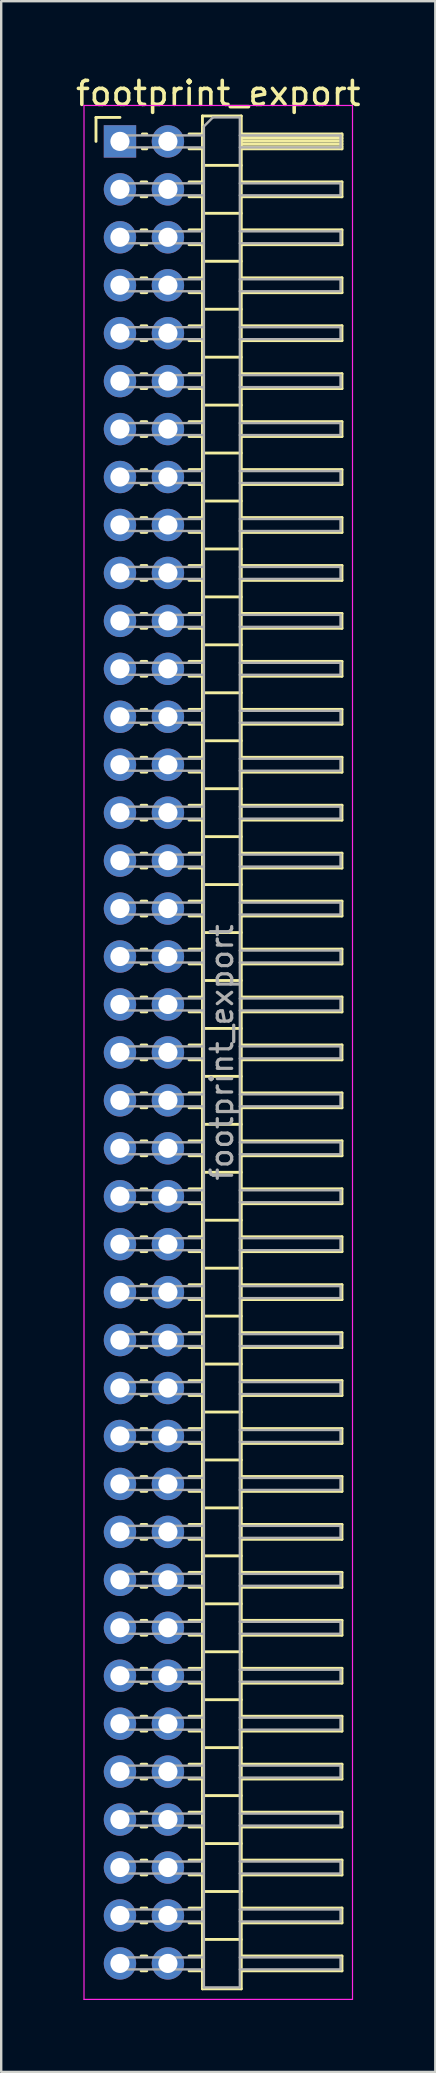
<source format=kicad_pcb>
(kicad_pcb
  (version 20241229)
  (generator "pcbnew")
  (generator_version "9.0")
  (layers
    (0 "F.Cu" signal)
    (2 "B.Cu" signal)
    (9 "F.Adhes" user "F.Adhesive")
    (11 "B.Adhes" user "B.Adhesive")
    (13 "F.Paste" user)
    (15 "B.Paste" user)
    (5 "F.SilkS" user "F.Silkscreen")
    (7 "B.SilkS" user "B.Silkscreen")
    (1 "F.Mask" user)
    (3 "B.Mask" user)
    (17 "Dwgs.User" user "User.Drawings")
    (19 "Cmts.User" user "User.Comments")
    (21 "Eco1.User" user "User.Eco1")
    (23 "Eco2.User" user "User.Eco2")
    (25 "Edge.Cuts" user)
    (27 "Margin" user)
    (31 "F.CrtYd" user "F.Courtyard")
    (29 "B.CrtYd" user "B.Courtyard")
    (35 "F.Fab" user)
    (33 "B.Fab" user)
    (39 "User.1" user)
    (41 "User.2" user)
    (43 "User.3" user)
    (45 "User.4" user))
  (footprint "footprint_export"
    (layer "F.Cu")
    (at 1.954 2.848)
    (property "Reference" "footprint_export" (at 4.1 -2 0) (layer "F.SilkS") (effects (font (size 1 1) (thickness 0.15))))
    (attr through_hole)
    (fp_line (start -1 -1) (end 0 -1) (stroke (width 0.12) (type solid)) (layer "F.SilkS"))
    (fp_line (start -1 0) (end -1 -1) (stroke (width 0.12) (type solid)) (layer "F.SilkS"))
    (fp_line (start 0.882 1.69) (end 1.118 1.69) (stroke (width 0.12) (type solid)) (layer "F.SilkS"))
    (fp_line (start 0.882 2.31) (end 1.118 2.31) (stroke (width 0.12) (type solid)) (layer "F.SilkS"))
    (fp_line (start 0.882 3.69) (end 1.118 3.69) (stroke (width 0.12) (type solid)) (layer "F.SilkS"))
    (fp_line (start 0.882 4.31) (end 1.118 4.31) (stroke (width 0.12) (type solid)) (layer "F.SilkS"))
    (fp_line (start 0.882 5.69) (end 1.118 5.69) (stroke (width 0.12) (type solid)) (layer "F.SilkS"))
    (fp_line (start 0.882 6.31) (end 1.118 6.31) (stroke (width 0.12) (type solid)) (layer "F.SilkS"))
    (fp_line (start 0.882 7.69) (end 1.118 7.69) (stroke (width 0.12) (type solid)) (layer "F.SilkS"))
    (fp_line (start 0.882 8.31) (end 1.118 8.31) (stroke (width 0.12) (type solid)) (layer "F.SilkS"))
    (fp_line (start 0.882 9.69) (end 1.118 9.69) (stroke (width 0.12) (type solid)) (layer "F.SilkS"))
    (fp_line (start 0.882 10.31) (end 1.118 10.31) (stroke (width 0.12) (type solid)) (layer "F.SilkS"))
    (fp_line (start 0.882 11.69) (end 1.118 11.69) (stroke (width 0.12) (type solid)) (layer "F.SilkS"))
    (fp_line (start 0.882 12.31) (end 1.118 12.31) (stroke (width 0.12) (type solid)) (layer "F.SilkS"))
    (fp_line (start 0.882 13.69) (end 1.118 13.69) (stroke (width 0.12) (type solid)) (layer "F.SilkS"))
    (fp_line (start 0.882 14.31) (end 1.118 14.31) (stroke (width 0.12) (type solid)) (layer "F.SilkS"))
    (fp_line (start 0.882 15.69) (end 1.118 15.69) (stroke (width 0.12) (type solid)) (layer "F.SilkS"))
    (fp_line (start 0.882 16.31) (end 1.118 16.31) (stroke (width 0.12) (type solid)) (layer "F.SilkS"))
    (fp_line (start 0.882 17.69) (end 1.118 17.69) (stroke (width 0.12) (type solid)) (layer "F.SilkS"))
    (fp_line (start 0.882 18.31) (end 1.118 18.31) (stroke (width 0.12) (type solid)) (layer "F.SilkS"))
    (fp_line (start 0.882 19.69) (end 1.118 19.69) (stroke (width 0.12) (type solid)) (layer "F.SilkS"))
    (fp_line (start 0.882 20.31) (end 1.118 20.31) (stroke (width 0.12) (type solid)) (layer "F.SilkS"))
    (fp_line (start 0.882 21.69) (end 1.118 21.69) (stroke (width 0.12) (type solid)) (layer "F.SilkS"))
    (fp_line (start 0.882 22.31) (end 1.118 22.31) (stroke (width 0.12) (type solid)) (layer "F.SilkS"))
    (fp_line (start 0.882 23.69) (end 1.118 23.69) (stroke (width 0.12) (type solid)) (layer "F.SilkS"))
    (fp_line (start 0.882 24.31) (end 1.118 24.31) (stroke (width 0.12) (type solid)) (layer "F.SilkS"))
    (fp_line (start 0.882 25.69) (end 1.118 25.69) (stroke (width 0.12) (type solid)) (layer "F.SilkS"))
    (fp_line (start 0.882 26.31) (end 1.118 26.31) (stroke (width 0.12) (type solid)) (layer "F.SilkS"))
    (fp_line (start 0.882 27.69) (end 1.118 27.69) (stroke (width 0.12) (type solid)) (layer "F.SilkS"))
    (fp_line (start 0.882 28.31) (end 1.118 28.31) (stroke (width 0.12) (type solid)) (layer "F.SilkS"))
    (fp_line (start 0.882 29.69) (end 1.118 29.69) (stroke (width 0.12) (type solid)) (layer "F.SilkS"))
    (fp_line (start 0.882 30.31) (end 1.118 30.31) (stroke (width 0.12) (type solid)) (layer "F.SilkS"))
    (fp_line (start 0.882 31.69) (end 1.118 31.69) (stroke (width 0.12) (type solid)) (layer "F.SilkS"))
    (fp_line (start 0.882 32.31) (end 1.118 32.31) (stroke (width 0.12) (type solid)) (layer "F.SilkS"))
    (fp_line (start 0.882 33.69) (end 1.118 33.69) (stroke (width 0.12) (type solid)) (layer "F.SilkS"))
    (fp_line (start 0.882 34.31) (end 1.118 34.31) (stroke (width 0.12) (type solid)) (layer "F.SilkS"))
    (fp_line (start 0.882 35.69) (end 1.118 35.69) (stroke (width 0.12) (type solid)) (layer "F.SilkS"))
    (fp_line (start 0.882 36.31) (end 1.118 36.31) (stroke (width 0.12) (type solid)) (layer "F.SilkS"))
    (fp_line (start 0.882 37.69) (end 1.118 37.69) (stroke (width 0.12) (type solid)) (layer "F.SilkS"))
    (fp_line (start 0.882 38.31) (end 1.118 38.31) (stroke (width 0.12) (type solid)) (layer "F.SilkS"))
    (fp_line (start 0.882 39.69) (end 1.118 39.69) (stroke (width 0.12) (type solid)) (layer "F.SilkS"))
    (fp_line (start 0.882 40.31) (end 1.118 40.31) (stroke (width 0.12) (type solid)) (layer "F.SilkS"))
    (fp_line (start 0.882 41.69) (end 1.118 41.69) (stroke (width 0.12) (type solid)) (layer "F.SilkS"))
    (fp_line (start 0.882 42.31) (end 1.118 42.31) (stroke (width 0.12) (type solid)) (layer "F.SilkS"))
    (fp_line (start 0.882 43.69) (end 1.118 43.69) (stroke (width 0.12) (type solid)) (layer "F.SilkS"))
    (fp_line (start 0.882 44.31) (end 1.118 44.31) (stroke (width 0.12) (type solid)) (layer "F.SilkS"))
    (fp_line (start 0.882 45.69) (end 1.118 45.69) (stroke (width 0.12) (type solid)) (layer "F.SilkS"))
    (fp_line (start 0.882 46.31) (end 1.118 46.31) (stroke (width 0.12) (type solid)) (layer "F.SilkS"))
    (fp_line (start 0.882 47.69) (end 1.118 47.69) (stroke (width 0.12) (type solid)) (layer "F.SilkS"))
    (fp_line (start 0.882 48.31) (end 1.118 48.31) (stroke (width 0.12) (type solid)) (layer "F.SilkS"))
    (fp_line (start 0.882 49.69) (end 1.118 49.69) (stroke (width 0.12) (type solid)) (layer "F.SilkS"))
    (fp_line (start 0.882 50.31) (end 1.118 50.31) (stroke (width 0.12) (type solid)) (layer "F.SilkS"))
    (fp_line (start 0.882 51.69) (end 1.118 51.69) (stroke (width 0.12) (type solid)) (layer "F.SilkS"))
    (fp_line (start 0.882 52.31) (end 1.118 52.31) (stroke (width 0.12) (type solid)) (layer "F.SilkS"))
    (fp_line (start 0.882 53.69) (end 1.118 53.69) (stroke (width 0.12) (type solid)) (layer "F.SilkS"))
    (fp_line (start 0.882 54.31) (end 1.118 54.31) (stroke (width 0.12) (type solid)) (layer "F.SilkS"))
    (fp_line (start 0.882 55.69) (end 1.118 55.69) (stroke (width 0.12) (type solid)) (layer "F.SilkS"))
    (fp_line (start 0.882 56.31) (end 1.118 56.31) (stroke (width 0.12) (type solid)) (layer "F.SilkS"))
    (fp_line (start 0.882 57.69) (end 1.118 57.69) (stroke (width 0.12) (type solid)) (layer "F.SilkS"))
    (fp_line (start 0.882 58.31) (end 1.118 58.31) (stroke (width 0.12) (type solid)) (layer "F.SilkS"))
    (fp_line (start 0.882 59.69) (end 1.118 59.69) (stroke (width 0.12) (type solid)) (layer "F.SilkS"))
    (fp_line (start 0.882 60.31) (end 1.118 60.31) (stroke (width 0.12) (type solid)) (layer "F.SilkS"))
    (fp_line (start 0.882 61.69) (end 1.118 61.69) (stroke (width 0.12) (type solid)) (layer "F.SilkS"))
    (fp_line (start 0.882 62.31) (end 1.118 62.31) (stroke (width 0.12) (type solid)) (layer "F.SilkS"))
    (fp_line (start 0.882 63.69) (end 1.118 63.69) (stroke (width 0.12) (type solid)) (layer "F.SilkS"))
    (fp_line (start 0.882 64.31) (end 1.118 64.31) (stroke (width 0.12) (type solid)) (layer "F.SilkS"))
    (fp_line (start 0.882 65.69) (end 1.118 65.69) (stroke (width 0.12) (type solid)) (layer "F.SilkS"))
    (fp_line (start 0.882 66.31) (end 1.118 66.31) (stroke (width 0.12) (type solid)) (layer "F.SilkS"))
    (fp_line (start 0.882 67.69) (end 1.118 67.69) (stroke (width 0.12) (type solid)) (layer "F.SilkS"))
    (fp_line (start 0.882 68.31) (end 1.118 68.31) (stroke (width 0.12) (type solid)) (layer "F.SilkS"))
    (fp_line (start 0.882 69.69) (end 1.118 69.69) (stroke (width 0.12) (type solid)) (layer "F.SilkS"))
    (fp_line (start 0.882 70.31) (end 1.118 70.31) (stroke (width 0.12) (type solid)) (layer "F.SilkS"))
    (fp_line (start 0.882 71.69) (end 1.118 71.69) (stroke (width 0.12) (type solid)) (layer "F.SilkS"))
    (fp_line (start 0.882 72.31) (end 1.118 72.31) (stroke (width 0.12) (type solid)) (layer "F.SilkS"))
    (fp_line (start 0.882 73.69) (end 1.118 73.69) (stroke (width 0.12) (type solid)) (layer "F.SilkS"))
    (fp_line (start 0.882 74.31) (end 1.118 74.31) (stroke (width 0.12) (type solid)) (layer "F.SilkS"))
    (fp_line (start 0.882 75.69) (end 1.118 75.69) (stroke (width 0.12) (type solid)) (layer "F.SilkS"))
    (fp_line (start 0.882 76.31) (end 1.118 76.31) (stroke (width 0.12) (type solid)) (layer "F.SilkS"))
    (fp_line (start 0.935 -0.31) (end 1.118 -0.31) (stroke (width 0.12) (type solid)) (layer "F.SilkS"))
    (fp_line (start 0.935 0.31) (end 1.118 0.31) (stroke (width 0.12) (type solid)) (layer "F.SilkS"))
    (fp_line (start 2.882 -0.31) (end 3.44 -0.31) (stroke (width 0.12) (type solid)) (layer "F.SilkS"))
    (fp_line (start 2.882 0.31) (end 3.44 0.31) (stroke (width 0.12) (type solid)) (layer "F.SilkS"))
    (fp_line (start 2.882 1.69) (end 3.44 1.69) (stroke (width 0.12) (type solid)) (layer "F.SilkS"))
    (fp_line (start 2.882 2.31) (end 3.44 2.31) (stroke (width 0.12) (type solid)) (layer "F.SilkS"))
    (fp_line (start 2.882 3.69) (end 3.44 3.69) (stroke (width 0.12) (type solid)) (layer "F.SilkS"))
    (fp_line (start 2.882 4.31) (end 3.44 4.31) (stroke (width 0.12) (type solid)) (layer "F.SilkS"))
    (fp_line (start 2.882 5.69) (end 3.44 5.69) (stroke (width 0.12) (type solid)) (layer "F.SilkS"))
    (fp_line (start 2.882 6.31) (end 3.44 6.31) (stroke (width 0.12) (type solid)) (layer "F.SilkS"))
    (fp_line (start 2.882 7.69) (end 3.44 7.69) (stroke (width 0.12) (type solid)) (layer "F.SilkS"))
    (fp_line (start 2.882 8.31) (end 3.44 8.31) (stroke (width 0.12) (type solid)) (layer "F.SilkS"))
    (fp_line (start 2.882 9.69) (end 3.44 9.69) (stroke (width 0.12) (type solid)) (layer "F.SilkS"))
    (fp_line (start 2.882 10.31) (end 3.44 10.31) (stroke (width 0.12) (type solid)) (layer "F.SilkS"))
    (fp_line (start 2.882 11.69) (end 3.44 11.69) (stroke (width 0.12) (type solid)) (layer "F.SilkS"))
    (fp_line (start 2.882 12.31) (end 3.44 12.31) (stroke (width 0.12) (type solid)) (layer "F.SilkS"))
    (fp_line (start 2.882 13.69) (end 3.44 13.69) (stroke (width 0.12) (type solid)) (layer "F.SilkS"))
    (fp_line (start 2.882 14.31) (end 3.44 14.31) (stroke (width 0.12) (type solid)) (layer "F.SilkS"))
    (fp_line (start 2.882 15.69) (end 3.44 15.69) (stroke (width 0.12) (type solid)) (layer "F.SilkS"))
    (fp_line (start 2.882 16.31) (end 3.44 16.31) (stroke (width 0.12) (type solid)) (layer "F.SilkS"))
    (fp_line (start 2.882 17.69) (end 3.44 17.69) (stroke (width 0.12) (type solid)) (layer "F.SilkS"))
    (fp_line (start 2.882 18.31) (end 3.44 18.31) (stroke (width 0.12) (type solid)) (layer "F.SilkS"))
    (fp_line (start 2.882 19.69) (end 3.44 19.69) (stroke (width 0.12) (type solid)) (layer "F.SilkS"))
    (fp_line (start 2.882 20.31) (end 3.44 20.31) (stroke (width 0.12) (type solid)) (layer "F.SilkS"))
    (fp_line (start 2.882 21.69) (end 3.44 21.69) (stroke (width 0.12) (type solid)) (layer "F.SilkS"))
    (fp_line (start 2.882 22.31) (end 3.44 22.31) (stroke (width 0.12) (type solid)) (layer "F.SilkS"))
    (fp_line (start 2.882 23.69) (end 3.44 23.69) (stroke (width 0.12) (type solid)) (layer "F.SilkS"))
    (fp_line (start 2.882 24.31) (end 3.44 24.31) (stroke (width 0.12) (type solid)) (layer "F.SilkS"))
    (fp_line (start 2.882 25.69) (end 3.44 25.69) (stroke (width 0.12) (type solid)) (layer "F.SilkS"))
    (fp_line (start 2.882 26.31) (end 3.44 26.31) (stroke (width 0.12) (type solid)) (layer "F.SilkS"))
    (fp_line (start 2.882 27.69) (end 3.44 27.69) (stroke (width 0.12) (type solid)) (layer "F.SilkS"))
    (fp_line (start 2.882 28.31) (end 3.44 28.31) (stroke (width 0.12) (type solid)) (layer "F.SilkS"))
    (fp_line (start 2.882 29.69) (end 3.44 29.69) (stroke (width 0.12) (type solid)) (layer "F.SilkS"))
    (fp_line (start 2.882 30.31) (end 3.44 30.31) (stroke (width 0.12) (type solid)) (layer "F.SilkS"))
    (fp_line (start 2.882 31.69) (end 3.44 31.69) (stroke (width 0.12) (type solid)) (layer "F.SilkS"))
    (fp_line (start 2.882 32.31) (end 3.44 32.31) (stroke (width 0.12) (type solid)) (layer "F.SilkS"))
    (fp_line (start 2.882 33.69) (end 3.44 33.69) (stroke (width 0.12) (type solid)) (layer "F.SilkS"))
    (fp_line (start 2.882 34.31) (end 3.44 34.31) (stroke (width 0.12) (type solid)) (layer "F.SilkS"))
    (fp_line (start 2.882 35.69) (end 3.44 35.69) (stroke (width 0.12) (type solid)) (layer "F.SilkS"))
    (fp_line (start 2.882 36.31) (end 3.44 36.31) (stroke (width 0.12) (type solid)) (layer "F.SilkS"))
    (fp_line (start 2.882 37.69) (end 3.44 37.69) (stroke (width 0.12) (type solid)) (layer "F.SilkS"))
    (fp_line (start 2.882 38.31) (end 3.44 38.31) (stroke (width 0.12) (type solid)) (layer "F.SilkS"))
    (fp_line (start 2.882 39.69) (end 3.44 39.69) (stroke (width 0.12) (type solid)) (layer "F.SilkS"))
    (fp_line (start 2.882 40.31) (end 3.44 40.31) (stroke (width 0.12) (type solid)) (layer "F.SilkS"))
    (fp_line (start 2.882 41.69) (end 3.44 41.69) (stroke (width 0.12) (type solid)) (layer "F.SilkS"))
    (fp_line (start 2.882 42.31) (end 3.44 42.31) (stroke (width 0.12) (type solid)) (layer "F.SilkS"))
    (fp_line (start 2.882 43.69) (end 3.44 43.69) (stroke (width 0.12) (type solid)) (layer "F.SilkS"))
    (fp_line (start 2.882 44.31) (end 3.44 44.31) (stroke (width 0.12) (type solid)) (layer "F.SilkS"))
    (fp_line (start 2.882 45.69) (end 3.44 45.69) (stroke (width 0.12) (type solid)) (layer "F.SilkS"))
    (fp_line (start 2.882 46.31) (end 3.44 46.31) (stroke (width 0.12) (type solid)) (layer "F.SilkS"))
    (fp_line (start 2.882 47.69) (end 3.44 47.69) (stroke (width 0.12) (type solid)) (layer "F.SilkS"))
    (fp_line (start 2.882 48.31) (end 3.44 48.31) (stroke (width 0.12) (type solid)) (layer "F.SilkS"))
    (fp_line (start 2.882 49.69) (end 3.44 49.69) (stroke (width 0.12) (type solid)) (layer "F.SilkS"))
    (fp_line (start 2.882 50.31) (end 3.44 50.31) (stroke (width 0.12) (type solid)) (layer "F.SilkS"))
    (fp_line (start 2.882 51.69) (end 3.44 51.69) (stroke (width 0.12) (type solid)) (layer "F.SilkS"))
    (fp_line (start 2.882 52.31) (end 3.44 52.31) (stroke (width 0.12) (type solid)) (layer "F.SilkS"))
    (fp_line (start 2.882 53.69) (end 3.44 53.69) (stroke (width 0.12) (type solid)) (layer "F.SilkS"))
    (fp_line (start 2.882 54.31) (end 3.44 54.31) (stroke (width 0.12) (type solid)) (layer "F.SilkS"))
    (fp_line (start 2.882 55.69) (end 3.44 55.69) (stroke (width 0.12) (type solid)) (layer "F.SilkS"))
    (fp_line (start 2.882 56.31) (end 3.44 56.31) (stroke (width 0.12) (type solid)) (layer "F.SilkS"))
    (fp_line (start 2.882 57.69) (end 3.44 57.69) (stroke (width 0.12) (type solid)) (layer "F.SilkS"))
    (fp_line (start 2.882 58.31) (end 3.44 58.31) (stroke (width 0.12) (type solid)) (layer "F.SilkS"))
    (fp_line (start 2.882 59.69) (end 3.44 59.69) (stroke (width 0.12) (type solid)) (layer "F.SilkS"))
    (fp_line (start 2.882 60.31) (end 3.44 60.31) (stroke (width 0.12) (type solid)) (layer "F.SilkS"))
    (fp_line (start 2.882 61.69) (end 3.44 61.69) (stroke (width 0.12) (type solid)) (layer "F.SilkS"))
    (fp_line (start 2.882 62.31) (end 3.44 62.31) (stroke (width 0.12) (type solid)) (layer "F.SilkS"))
    (fp_line (start 2.882 63.69) (end 3.44 63.69) (stroke (width 0.12) (type solid)) (layer "F.SilkS"))
    (fp_line (start 2.882 64.31) (end 3.44 64.31) (stroke (width 0.12) (type solid)) (layer "F.SilkS"))
    (fp_line (start 2.882 65.69) (end 3.44 65.69) (stroke (width 0.12) (type solid)) (layer "F.SilkS"))
    (fp_line (start 2.882 66.31) (end 3.44 66.31) (stroke (width 0.12) (type solid)) (layer "F.SilkS"))
    (fp_line (start 2.882 67.69) (end 3.44 67.69) (stroke (width 0.12) (type solid)) (layer "F.SilkS"))
    (fp_line (start 2.882 68.31) (end 3.44 68.31) (stroke (width 0.12) (type solid)) (layer "F.SilkS"))
    (fp_line (start 2.882 69.69) (end 3.44 69.69) (stroke (width 0.12) (type solid)) (layer "F.SilkS"))
    (fp_line (start 2.882 70.31) (end 3.44 70.31) (stroke (width 0.12) (type solid)) (layer "F.SilkS"))
    (fp_line (start 2.882 71.69) (end 3.44 71.69) (stroke (width 0.12) (type solid)) (layer "F.SilkS"))
    (fp_line (start 2.882 72.31) (end 3.44 72.31) (stroke (width 0.12) (type solid)) (layer "F.SilkS"))
    (fp_line (start 2.882 73.69) (end 3.44 73.69) (stroke (width 0.12) (type solid)) (layer "F.SilkS"))
    (fp_line (start 2.882 74.31) (end 3.44 74.31) (stroke (width 0.12) (type solid)) (layer "F.SilkS"))
    (fp_line (start 2.882 75.69) (end 3.44 75.69) (stroke (width 0.12) (type solid)) (layer "F.SilkS"))
    (fp_line (start 2.882 76.31) (end 3.44 76.31) (stroke (width 0.12) (type solid)) (layer "F.SilkS"))
    (fp_line (start 3.44 -1.06) (end 3.44 77.06) (stroke (width 0.12) (type solid)) (layer "F.SilkS"))
    (fp_line (start 3.44 1) (end 5.06 1) (stroke (width 0.12) (type solid)) (layer "F.SilkS"))
    (fp_line (start 3.44 3) (end 5.06 3) (stroke (width 0.12) (type solid)) (layer "F.SilkS"))
    (fp_line (start 3.44 5) (end 5.06 5) (stroke (width 0.12) (type solid)) (layer "F.SilkS"))
    (fp_line (start 3.44 7) (end 5.06 7) (stroke (width 0.12) (type solid)) (layer "F.SilkS"))
    (fp_line (start 3.44 9) (end 5.06 9) (stroke (width 0.12) (type solid)) (layer "F.SilkS"))
    (fp_line (start 3.44 11) (end 5.06 11) (stroke (width 0.12) (type solid)) (layer "F.SilkS"))
    (fp_line (start 3.44 13) (end 5.06 13) (stroke (width 0.12) (type solid)) (layer "F.SilkS"))
    (fp_line (start 3.44 15) (end 5.06 15) (stroke (width 0.12) (type solid)) (layer "F.SilkS"))
    (fp_line (start 3.44 17) (end 5.06 17) (stroke (width 0.12) (type solid)) (layer "F.SilkS"))
    (fp_line (start 3.44 19) (end 5.06 19) (stroke (width 0.12) (type solid)) (layer "F.SilkS"))
    (fp_line (start 3.44 21) (end 5.06 21) (stroke (width 0.12) (type solid)) (layer "F.SilkS"))
    (fp_line (start 3.44 23) (end 5.06 23) (stroke (width 0.12) (type solid)) (layer "F.SilkS"))
    (fp_line (start 3.44 25) (end 5.06 25) (stroke (width 0.12) (type solid)) (layer "F.SilkS"))
    (fp_line (start 3.44 27) (end 5.06 27) (stroke (width 0.12) (type solid)) (layer "F.SilkS"))
    (fp_line (start 3.44 29) (end 5.06 29) (stroke (width 0.12) (type solid)) (layer "F.SilkS"))
    (fp_line (start 3.44 31) (end 5.06 31) (stroke (width 0.12) (type solid)) (layer "F.SilkS"))
    (fp_line (start 3.44 33) (end 5.06 33) (stroke (width 0.12) (type solid)) (layer "F.SilkS"))
    (fp_line (start 3.44 35) (end 5.06 35) (stroke (width 0.12) (type solid)) (layer "F.SilkS"))
    (fp_line (start 3.44 37) (end 5.06 37) (stroke (width 0.12) (type solid)) (layer "F.SilkS"))
    (fp_line (start 3.44 39) (end 5.06 39) (stroke (width 0.12) (type solid)) (layer "F.SilkS"))
    (fp_line (start 3.44 41) (end 5.06 41) (stroke (width 0.12) (type solid)) (layer "F.SilkS"))
    (fp_line (start 3.44 43) (end 5.06 43) (stroke (width 0.12) (type solid)) (layer "F.SilkS"))
    (fp_line (start 3.44 45) (end 5.06 45) (stroke (width 0.12) (type solid)) (layer "F.SilkS"))
    (fp_line (start 3.44 47) (end 5.06 47) (stroke (width 0.12) (type solid)) (layer "F.SilkS"))
    (fp_line (start 3.44 49) (end 5.06 49) (stroke (width 0.12) (type solid)) (layer "F.SilkS"))
    (fp_line (start 3.44 51) (end 5.06 51) (stroke (width 0.12) (type solid)) (layer "F.SilkS"))
    (fp_line (start 3.44 53) (end 5.06 53) (stroke (width 0.12) (type solid)) (layer "F.SilkS"))
    (fp_line (start 3.44 55) (end 5.06 55) (stroke (width 0.12) (type solid)) (layer "F.SilkS"))
    (fp_line (start 3.44 57) (end 5.06 57) (stroke (width 0.12) (type solid)) (layer "F.SilkS"))
    (fp_line (start 3.44 59) (end 5.06 59) (stroke (width 0.12) (type solid)) (layer "F.SilkS"))
    (fp_line (start 3.44 61) (end 5.06 61) (stroke (width 0.12) (type solid)) (layer "F.SilkS"))
    (fp_line (start 3.44 63) (end 5.06 63) (stroke (width 0.12) (type solid)) (layer "F.SilkS"))
    (fp_line (start 3.44 65) (end 5.06 65) (stroke (width 0.12) (type solid)) (layer "F.SilkS"))
    (fp_line (start 3.44 67) (end 5.06 67) (stroke (width 0.12) (type solid)) (layer "F.SilkS"))
    (fp_line (start 3.44 69) (end 5.06 69) (stroke (width 0.12) (type solid)) (layer "F.SilkS"))
    (fp_line (start 3.44 71) (end 5.06 71) (stroke (width 0.12) (type solid)) (layer "F.SilkS"))
    (fp_line (start 3.44 73) (end 5.06 73) (stroke (width 0.12) (type solid)) (layer "F.SilkS"))
    (fp_line (start 3.44 75) (end 5.06 75) (stroke (width 0.12) (type solid)) (layer "F.SilkS"))
    (fp_line (start 3.44 77.06) (end 5.06 77.06) (stroke (width 0.12) (type solid)) (layer "F.SilkS"))
    (fp_line (start 5.06 -1.06) (end 3.44 -1.06) (stroke (width 0.12) (type solid)) (layer "F.SilkS"))
    (fp_line (start 5.06 -0.31) (end 9.26 -0.31) (stroke (width 0.12) (type solid)) (layer "F.SilkS"))
    (fp_line (start 5.06 -0.25) (end 9.26 -0.25) (stroke (width 0.12) (type solid)) (layer "F.SilkS"))
    (fp_line (start 5.06 -0.13) (end 9.26 -0.13) (stroke (width 0.12) (type solid)) (layer "F.SilkS"))
    (fp_line (start 5.06 -0.01) (end 9.26 -0.01) (stroke (width 0.12) (type solid)) (layer "F.SilkS"))
    (fp_line (start 5.06 0.11) (end 9.26 0.11) (stroke (width 0.12) (type solid)) (layer "F.SilkS"))
    (fp_line (start 5.06 0.23) (end 9.26 0.23) (stroke (width 0.12) (type solid)) (layer "F.SilkS"))
    (fp_line (start 5.06 1.69) (end 9.26 1.69) (stroke (width 0.12) (type solid)) (layer "F.SilkS"))
    (fp_line (start 5.06 3.69) (end 9.26 3.69) (stroke (width 0.12) (type solid)) (layer "F.SilkS"))
    (fp_line (start 5.06 5.69) (end 9.26 5.69) (stroke (width 0.12) (type solid)) (layer "F.SilkS"))
    (fp_line (start 5.06 7.69) (end 9.26 7.69) (stroke (width 0.12) (type solid)) (layer "F.SilkS"))
    (fp_line (start 5.06 9.69) (end 9.26 9.69) (stroke (width 0.12) (type solid)) (layer "F.SilkS"))
    (fp_line (start 5.06 11.69) (end 9.26 11.69) (stroke (width 0.12) (type solid)) (layer "F.SilkS"))
    (fp_line (start 5.06 13.69) (end 9.26 13.69) (stroke (width 0.12) (type solid)) (layer "F.SilkS"))
    (fp_line (start 5.06 15.69) (end 9.26 15.69) (stroke (width 0.12) (type solid)) (layer "F.SilkS"))
    (fp_line (start 5.06 17.69) (end 9.26 17.69) (stroke (width 0.12) (type solid)) (layer "F.SilkS"))
    (fp_line (start 5.06 19.69) (end 9.26 19.69) (stroke (width 0.12) (type solid)) (layer "F.SilkS"))
    (fp_line (start 5.06 21.69) (end 9.26 21.69) (stroke (width 0.12) (type solid)) (layer "F.SilkS"))
    (fp_line (start 5.06 23.69) (end 9.26 23.69) (stroke (width 0.12) (type solid)) (layer "F.SilkS"))
    (fp_line (start 5.06 25.69) (end 9.26 25.69) (stroke (width 0.12) (type solid)) (layer "F.SilkS"))
    (fp_line (start 5.06 27.69) (end 9.26 27.69) (stroke (width 0.12) (type solid)) (layer "F.SilkS"))
    (fp_line (start 5.06 29.69) (end 9.26 29.69) (stroke (width 0.12) (type solid)) (layer "F.SilkS"))
    (fp_line (start 5.06 31.69) (end 9.26 31.69) (stroke (width 0.12) (type solid)) (layer "F.SilkS"))
    (fp_line (start 5.06 33.69) (end 9.26 33.69) (stroke (width 0.12) (type solid)) (layer "F.SilkS"))
    (fp_line (start 5.06 35.69) (end 9.26 35.69) (stroke (width 0.12) (type solid)) (layer "F.SilkS"))
    (fp_line (start 5.06 37.69) (end 9.26 37.69) (stroke (width 0.12) (type solid)) (layer "F.SilkS"))
    (fp_line (start 5.06 39.69) (end 9.26 39.69) (stroke (width 0.12) (type solid)) (layer "F.SilkS"))
    (fp_line (start 5.06 41.69) (end 9.26 41.69) (stroke (width 0.12) (type solid)) (layer "F.SilkS"))
    (fp_line (start 5.06 43.69) (end 9.26 43.69) (stroke (width 0.12) (type solid)) (layer "F.SilkS"))
    (fp_line (start 5.06 45.69) (end 9.26 45.69) (stroke (width 0.12) (type solid)) (layer "F.SilkS"))
    (fp_line (start 5.06 47.69) (end 9.26 47.69) (stroke (width 0.12) (type solid)) (layer "F.SilkS"))
    (fp_line (start 5.06 49.69) (end 9.26 49.69) (stroke (width 0.12) (type solid)) (layer "F.SilkS"))
    (fp_line (start 5.06 51.69) (end 9.26 51.69) (stroke (width 0.12) (type solid)) (layer "F.SilkS"))
    (fp_line (start 5.06 53.69) (end 9.26 53.69) (stroke (width 0.12) (type solid)) (layer "F.SilkS"))
    (fp_line (start 5.06 55.69) (end 9.26 55.69) (stroke (width 0.12) (type solid)) (layer "F.SilkS"))
    (fp_line (start 5.06 57.69) (end 9.26 57.69) (stroke (width 0.12) (type solid)) (layer "F.SilkS"))
    (fp_line (start 5.06 59.69) (end 9.26 59.69) (stroke (width 0.12) (type solid)) (layer "F.SilkS"))
    (fp_line (start 5.06 61.69) (end 9.26 61.69) (stroke (width 0.12) (type solid)) (layer "F.SilkS"))
    (fp_line (start 5.06 63.69) (end 9.26 63.69) (stroke (width 0.12) (type solid)) (layer "F.SilkS"))
    (fp_line (start 5.06 65.69) (end 9.26 65.69) (stroke (width 0.12) (type solid)) (layer "F.SilkS"))
    (fp_line (start 5.06 67.69) (end 9.26 67.69) (stroke (width 0.12) (type solid)) (layer "F.SilkS"))
    (fp_line (start 5.06 69.69) (end 9.26 69.69) (stroke (width 0.12) (type solid)) (layer "F.SilkS"))
    (fp_line (start 5.06 71.69) (end 9.26 71.69) (stroke (width 0.12) (type solid)) (layer "F.SilkS"))
    (fp_line (start 5.06 73.69) (end 9.26 73.69) (stroke (width 0.12) (type solid)) (layer "F.SilkS"))
    (fp_line (start 5.06 75.69) (end 9.26 75.69) (stroke (width 0.12) (type solid)) (layer "F.SilkS"))
    (fp_line (start 5.06 77.06) (end 5.06 -1.06) (stroke (width 0.12) (type solid)) (layer "F.SilkS"))
    (fp_line (start 9.26 -0.31) (end 9.26 0.31) (stroke (width 0.12) (type solid)) (layer "F.SilkS"))
    (fp_line (start 9.26 0.31) (end 5.06 0.31) (stroke (width 0.12) (type solid)) (layer "F.SilkS"))
    (fp_line (start 9.26 1.69) (end 9.26 2.31) (stroke (width 0.12) (type solid)) (layer "F.SilkS"))
    (fp_line (start 9.26 2.31) (end 5.06 2.31) (stroke (width 0.12) (type solid)) (layer "F.SilkS"))
    (fp_line (start 9.26 3.69) (end 9.26 4.31) (stroke (width 0.12) (type solid)) (layer "F.SilkS"))
    (fp_line (start 9.26 4.31) (end 5.06 4.31) (stroke (width 0.12) (type solid)) (layer "F.SilkS"))
    (fp_line (start 9.26 5.69) (end 9.26 6.31) (stroke (width 0.12) (type solid)) (layer "F.SilkS"))
    (fp_line (start 9.26 6.31) (end 5.06 6.31) (stroke (width 0.12) (type solid)) (layer "F.SilkS"))
    (fp_line (start 9.26 7.69) (end 9.26 8.31) (stroke (width 0.12) (type solid)) (layer "F.SilkS"))
    (fp_line (start 9.26 8.31) (end 5.06 8.31) (stroke (width 0.12) (type solid)) (layer "F.SilkS"))
    (fp_line (start 9.26 9.69) (end 9.26 10.31) (stroke (width 0.12) (type solid)) (layer "F.SilkS"))
    (fp_line (start 9.26 10.31) (end 5.06 10.31) (stroke (width 0.12) (type solid)) (layer "F.SilkS"))
    (fp_line (start 9.26 11.69) (end 9.26 12.31) (stroke (width 0.12) (type solid)) (layer "F.SilkS"))
    (fp_line (start 9.26 12.31) (end 5.06 12.31) (stroke (width 0.12) (type solid)) (layer "F.SilkS"))
    (fp_line (start 9.26 13.69) (end 9.26 14.31) (stroke (width 0.12) (type solid)) (layer "F.SilkS"))
    (fp_line (start 9.26 14.31) (end 5.06 14.31) (stroke (width 0.12) (type solid)) (layer "F.SilkS"))
    (fp_line (start 9.26 15.69) (end 9.26 16.31) (stroke (width 0.12) (type solid)) (layer "F.SilkS"))
    (fp_line (start 9.26 16.31) (end 5.06 16.31) (stroke (width 0.12) (type solid)) (layer "F.SilkS"))
    (fp_line (start 9.26 17.69) (end 9.26 18.31) (stroke (width 0.12) (type solid)) (layer "F.SilkS"))
    (fp_line (start 9.26 18.31) (end 5.06 18.31) (stroke (width 0.12) (type solid)) (layer "F.SilkS"))
    (fp_line (start 9.26 19.69) (end 9.26 20.31) (stroke (width 0.12) (type solid)) (layer "F.SilkS"))
    (fp_line (start 9.26 20.31) (end 5.06 20.31) (stroke (width 0.12) (type solid)) (layer "F.SilkS"))
    (fp_line (start 9.26 21.69) (end 9.26 22.31) (stroke (width 0.12) (type solid)) (layer "F.SilkS"))
    (fp_line (start 9.26 22.31) (end 5.06 22.31) (stroke (width 0.12) (type solid)) (layer "F.SilkS"))
    (fp_line (start 9.26 23.69) (end 9.26 24.31) (stroke (width 0.12) (type solid)) (layer "F.SilkS"))
    (fp_line (start 9.26 24.31) (end 5.06 24.31) (stroke (width 0.12) (type solid)) (layer "F.SilkS"))
    (fp_line (start 9.26 25.69) (end 9.26 26.31) (stroke (width 0.12) (type solid)) (layer "F.SilkS"))
    (fp_line (start 9.26 26.31) (end 5.06 26.31) (stroke (width 0.12) (type solid)) (layer "F.SilkS"))
    (fp_line (start 9.26 27.69) (end 9.26 28.31) (stroke (width 0.12) (type solid)) (layer "F.SilkS"))
    (fp_line (start 9.26 28.31) (end 5.06 28.31) (stroke (width 0.12) (type solid)) (layer "F.SilkS"))
    (fp_line (start 9.26 29.69) (end 9.26 30.31) (stroke (width 0.12) (type solid)) (layer "F.SilkS"))
    (fp_line (start 9.26 30.31) (end 5.06 30.31) (stroke (width 0.12) (type solid)) (layer "F.SilkS"))
    (fp_line (start 9.26 31.69) (end 9.26 32.31) (stroke (width 0.12) (type solid)) (layer "F.SilkS"))
    (fp_line (start 9.26 32.31) (end 5.06 32.31) (stroke (width 0.12) (type solid)) (layer "F.SilkS"))
    (fp_line (start 9.26 33.69) (end 9.26 34.31) (stroke (width 0.12) (type solid)) (layer "F.SilkS"))
    (fp_line (start 9.26 34.31) (end 5.06 34.31) (stroke (width 0.12) (type solid)) (layer "F.SilkS"))
    (fp_line (start 9.26 35.69) (end 9.26 36.31) (stroke (width 0.12) (type solid)) (layer "F.SilkS"))
    (fp_line (start 9.26 36.31) (end 5.06 36.31) (stroke (width 0.12) (type solid)) (layer "F.SilkS"))
    (fp_line (start 9.26 37.69) (end 9.26 38.31) (stroke (width 0.12) (type solid)) (layer "F.SilkS"))
    (fp_line (start 9.26 38.31) (end 5.06 38.31) (stroke (width 0.12) (type solid)) (layer "F.SilkS"))
    (fp_line (start 9.26 39.69) (end 9.26 40.31) (stroke (width 0.12) (type solid)) (layer "F.SilkS"))
    (fp_line (start 9.26 40.31) (end 5.06 40.31) (stroke (width 0.12) (type solid)) (layer "F.SilkS"))
    (fp_line (start 9.26 41.69) (end 9.26 42.31) (stroke (width 0.12) (type solid)) (layer "F.SilkS"))
    (fp_line (start 9.26 42.31) (end 5.06 42.31) (stroke (width 0.12) (type solid)) (layer "F.SilkS"))
    (fp_line (start 9.26 43.69) (end 9.26 44.31) (stroke (width 0.12) (type solid)) (layer "F.SilkS"))
    (fp_line (start 9.26 44.31) (end 5.06 44.31) (stroke (width 0.12) (type solid)) (layer "F.SilkS"))
    (fp_line (start 9.26 45.69) (end 9.26 46.31) (stroke (width 0.12) (type solid)) (layer "F.SilkS"))
    (fp_line (start 9.26 46.31) (end 5.06 46.31) (stroke (width 0.12) (type solid)) (layer "F.SilkS"))
    (fp_line (start 9.26 47.69) (end 9.26 48.31) (stroke (width 0.12) (type solid)) (layer "F.SilkS"))
    (fp_line (start 9.26 48.31) (end 5.06 48.31) (stroke (width 0.12) (type solid)) (layer "F.SilkS"))
    (fp_line (start 9.26 49.69) (end 9.26 50.31) (stroke (width 0.12) (type solid)) (layer "F.SilkS"))
    (fp_line (start 9.26 50.31) (end 5.06 50.31) (stroke (width 0.12) (type solid)) (layer "F.SilkS"))
    (fp_line (start 9.26 51.69) (end 9.26 52.31) (stroke (width 0.12) (type solid)) (layer "F.SilkS"))
    (fp_line (start 9.26 52.31) (end 5.06 52.31) (stroke (width 0.12) (type solid)) (layer "F.SilkS"))
    (fp_line (start 9.26 53.69) (end 9.26 54.31) (stroke (width 0.12) (type solid)) (layer "F.SilkS"))
    (fp_line (start 9.26 54.31) (end 5.06 54.31) (stroke (width 0.12) (type solid)) (layer "F.SilkS"))
    (fp_line (start 9.26 55.69) (end 9.26 56.31) (stroke (width 0.12) (type solid)) (layer "F.SilkS"))
    (fp_line (start 9.26 56.31) (end 5.06 56.31) (stroke (width 0.12) (type solid)) (layer "F.SilkS"))
    (fp_line (start 9.26 57.69) (end 9.26 58.31) (stroke (width 0.12) (type solid)) (layer "F.SilkS"))
    (fp_line (start 9.26 58.31) (end 5.06 58.31) (stroke (width 0.12) (type solid)) (layer "F.SilkS"))
    (fp_line (start 9.26 59.69) (end 9.26 60.31) (stroke (width 0.12) (type solid)) (layer "F.SilkS"))
    (fp_line (start 9.26 60.31) (end 5.06 60.31) (stroke (width 0.12) (type solid)) (layer "F.SilkS"))
    (fp_line (start 9.26 61.69) (end 9.26 62.31) (stroke (width 0.12) (type solid)) (layer "F.SilkS"))
    (fp_line (start 9.26 62.31) (end 5.06 62.31) (stroke (width 0.12) (type solid)) (layer "F.SilkS"))
    (fp_line (start 9.26 63.69) (end 9.26 64.31) (stroke (width 0.12) (type solid)) (layer "F.SilkS"))
    (fp_line (start 9.26 64.31) (end 5.06 64.31) (stroke (width 0.12) (type solid)) (layer "F.SilkS"))
    (fp_line (start 9.26 65.69) (end 9.26 66.31) (stroke (width 0.12) (type solid)) (layer "F.SilkS"))
    (fp_line (start 9.26 66.31) (end 5.06 66.31) (stroke (width 0.12) (type solid)) (layer "F.SilkS"))
    (fp_line (start 9.26 67.69) (end 9.26 68.31) (stroke (width 0.12) (type solid)) (layer "F.SilkS"))
    (fp_line (start 9.26 68.31) (end 5.06 68.31) (stroke (width 0.12) (type solid)) (layer "F.SilkS"))
    (fp_line (start 9.26 69.69) (end 9.26 70.31) (stroke (width 0.12) (type solid)) (layer "F.SilkS"))
    (fp_line (start 9.26 70.31) (end 5.06 70.31) (stroke (width 0.12) (type solid)) (layer "F.SilkS"))
    (fp_line (start 9.26 71.69) (end 9.26 72.31) (stroke (width 0.12) (type solid)) (layer "F.SilkS"))
    (fp_line (start 9.26 72.31) (end 5.06 72.31) (stroke (width 0.12) (type solid)) (layer "F.SilkS"))
    (fp_line (start 9.26 73.69) (end 9.26 74.31) (stroke (width 0.12) (type solid)) (layer "F.SilkS"))
    (fp_line (start 9.26 74.31) (end 5.06 74.31) (stroke (width 0.12) (type solid)) (layer "F.SilkS"))
    (fp_line (start 9.26 75.69) (end 9.26 76.31) (stroke (width 0.12) (type solid)) (layer "F.SilkS"))
    (fp_line (start 9.26 76.31) (end 5.06 76.31) (stroke (width 0.12) (type solid)) (layer "F.SilkS"))
    (fp_line (start -1.5 -1.5) (end -1.5 77.5) (stroke (width 0.05) (type solid)) (layer "F.CrtYd"))
    (fp_line (start -1.5 77.5) (end 9.7 77.5) (stroke (width 0.05) (type solid)) (layer "F.CrtYd"))
    (fp_line (start 9.7 -1.5) (end -1.5 -1.5) (stroke (width 0.05) (type solid)) (layer "F.CrtYd"))
    (fp_line (start 9.7 77.5) (end 9.7 -1.5) (stroke (width 0.05) (type solid)) (layer "F.CrtYd"))
    (fp_line (start -0.25 -0.25) (end -0.25 0.25) (stroke (width 0.1) (type solid)) (layer "F.Fab"))
    (fp_line (start -0.25 -0.25) (end 3.5 -0.25) (stroke (width 0.1) (type solid)) (layer "F.Fab"))
    (fp_line (start -0.25 0.25) (end 3.5 0.25) (stroke (width 0.1) (type solid)) (layer "F.Fab"))
    (fp_line (start -0.25 1.75) (end -0.25 2.25) (stroke (width 0.1) (type solid)) (layer "F.Fab"))
    (fp_line (start -0.25 1.75) (end 3.5 1.75) (stroke (width 0.1) (type solid)) (layer "F.Fab"))
    (fp_line (start -0.25 2.25) (end 3.5 2.25) (stroke (width 0.1) (type solid)) (layer "F.Fab"))
    (fp_line (start -0.25 3.75) (end -0.25 4.25) (stroke (width 0.1) (type solid)) (layer "F.Fab"))
    (fp_line (start -0.25 3.75) (end 3.5 3.75) (stroke (width 0.1) (type solid)) (layer "F.Fab"))
    (fp_line (start -0.25 4.25) (end 3.5 4.25) (stroke (width 0.1) (type solid)) (layer "F.Fab"))
    (fp_line (start -0.25 5.75) (end -0.25 6.25) (stroke (width 0.1) (type solid)) (layer "F.Fab"))
    (fp_line (start -0.25 5.75) (end 3.5 5.75) (stroke (width 0.1) (type solid)) (layer "F.Fab"))
    (fp_line (start -0.25 6.25) (end 3.5 6.25) (stroke (width 0.1) (type solid)) (layer "F.Fab"))
    (fp_line (start -0.25 7.75) (end -0.25 8.25) (stroke (width 0.1) (type solid)) (layer "F.Fab"))
    (fp_line (start -0.25 7.75) (end 3.5 7.75) (stroke (width 0.1) (type solid)) (layer "F.Fab"))
    (fp_line (start -0.25 8.25) (end 3.5 8.25) (stroke (width 0.1) (type solid)) (layer "F.Fab"))
    (fp_line (start -0.25 9.75) (end -0.25 10.25) (stroke (width 0.1) (type solid)) (layer "F.Fab"))
    (fp_line (start -0.25 9.75) (end 3.5 9.75) (stroke (width 0.1) (type solid)) (layer "F.Fab"))
    (fp_line (start -0.25 10.25) (end 3.5 10.25) (stroke (width 0.1) (type solid)) (layer "F.Fab"))
    (fp_line (start -0.25 11.75) (end -0.25 12.25) (stroke (width 0.1) (type solid)) (layer "F.Fab"))
    (fp_line (start -0.25 11.75) (end 3.5 11.75) (stroke (width 0.1) (type solid)) (layer "F.Fab"))
    (fp_line (start -0.25 12.25) (end 3.5 12.25) (stroke (width 0.1) (type solid)) (layer "F.Fab"))
    (fp_line (start -0.25 13.75) (end -0.25 14.25) (stroke (width 0.1) (type solid)) (layer "F.Fab"))
    (fp_line (start -0.25 13.75) (end 3.5 13.75) (stroke (width 0.1) (type solid)) (layer "F.Fab"))
    (fp_line (start -0.25 14.25) (end 3.5 14.25) (stroke (width 0.1) (type solid)) (layer "F.Fab"))
    (fp_line (start -0.25 15.75) (end -0.25 16.25) (stroke (width 0.1) (type solid)) (layer "F.Fab"))
    (fp_line (start -0.25 15.75) (end 3.5 15.75) (stroke (width 0.1) (type solid)) (layer "F.Fab"))
    (fp_line (start -0.25 16.25) (end 3.5 16.25) (stroke (width 0.1) (type solid)) (layer "F.Fab"))
    (fp_line (start -0.25 17.75) (end -0.25 18.25) (stroke (width 0.1) (type solid)) (layer "F.Fab"))
    (fp_line (start -0.25 17.75) (end 3.5 17.75) (stroke (width 0.1) (type solid)) (layer "F.Fab"))
    (fp_line (start -0.25 18.25) (end 3.5 18.25) (stroke (width 0.1) (type solid)) (layer "F.Fab"))
    (fp_line (start -0.25 19.75) (end -0.25 20.25) (stroke (width 0.1) (type solid)) (layer "F.Fab"))
    (fp_line (start -0.25 19.75) (end 3.5 19.75) (stroke (width 0.1) (type solid)) (layer "F.Fab"))
    (fp_line (start -0.25 20.25) (end 3.5 20.25) (stroke (width 0.1) (type solid)) (layer "F.Fab"))
    (fp_line (start -0.25 21.75) (end -0.25 22.25) (stroke (width 0.1) (type solid)) (layer "F.Fab"))
    (fp_line (start -0.25 21.75) (end 3.5 21.75) (stroke (width 0.1) (type solid)) (layer "F.Fab"))
    (fp_line (start -0.25 22.25) (end 3.5 22.25) (stroke (width 0.1) (type solid)) (layer "F.Fab"))
    (fp_line (start -0.25 23.75) (end -0.25 24.25) (stroke (width 0.1) (type solid)) (layer "F.Fab"))
    (fp_line (start -0.25 23.75) (end 3.5 23.75) (stroke (width 0.1) (type solid)) (layer "F.Fab"))
    (fp_line (start -0.25 24.25) (end 3.5 24.25) (stroke (width 0.1) (type solid)) (layer "F.Fab"))
    (fp_line (start -0.25 25.75) (end -0.25 26.25) (stroke (width 0.1) (type solid)) (layer "F.Fab"))
    (fp_line (start -0.25 25.75) (end 3.5 25.75) (stroke (width 0.1) (type solid)) (layer "F.Fab"))
    (fp_line (start -0.25 26.25) (end 3.5 26.25) (stroke (width 0.1) (type solid)) (layer "F.Fab"))
    (fp_line (start -0.25 27.75) (end -0.25 28.25) (stroke (width 0.1) (type solid)) (layer "F.Fab"))
    (fp_line (start -0.25 27.75) (end 3.5 27.75) (stroke (width 0.1) (type solid)) (layer "F.Fab"))
    (fp_line (start -0.25 28.25) (end 3.5 28.25) (stroke (width 0.1) (type solid)) (layer "F.Fab"))
    (fp_line (start -0.25 29.75) (end -0.25 30.25) (stroke (width 0.1) (type solid)) (layer "F.Fab"))
    (fp_line (start -0.25 29.75) (end 3.5 29.75) (stroke (width 0.1) (type solid)) (layer "F.Fab"))
    (fp_line (start -0.25 30.25) (end 3.5 30.25) (stroke (width 0.1) (type solid)) (layer "F.Fab"))
    (fp_line (start -0.25 31.75) (end -0.25 32.25) (stroke (width 0.1) (type solid)) (layer "F.Fab"))
    (fp_line (start -0.25 31.75) (end 3.5 31.75) (stroke (width 0.1) (type solid)) (layer "F.Fab"))
    (fp_line (start -0.25 32.25) (end 3.5 32.25) (stroke (width 0.1) (type solid)) (layer "F.Fab"))
    (fp_line (start -0.25 33.75) (end -0.25 34.25) (stroke (width 0.1) (type solid)) (layer "F.Fab"))
    (fp_line (start -0.25 33.75) (end 3.5 33.75) (stroke (width 0.1) (type solid)) (layer "F.Fab"))
    (fp_line (start -0.25 34.25) (end 3.5 34.25) (stroke (width 0.1) (type solid)) (layer "F.Fab"))
    (fp_line (start -0.25 35.75) (end -0.25 36.25) (stroke (width 0.1) (type solid)) (layer "F.Fab"))
    (fp_line (start -0.25 35.75) (end 3.5 35.75) (stroke (width 0.1) (type solid)) (layer "F.Fab"))
    (fp_line (start -0.25 36.25) (end 3.5 36.25) (stroke (width 0.1) (type solid)) (layer "F.Fab"))
    (fp_line (start -0.25 37.75) (end -0.25 38.25) (stroke (width 0.1) (type solid)) (layer "F.Fab"))
    (fp_line (start -0.25 37.75) (end 3.5 37.75) (stroke (width 0.1) (type solid)) (layer "F.Fab"))
    (fp_line (start -0.25 38.25) (end 3.5 38.25) (stroke (width 0.1) (type solid)) (layer "F.Fab"))
    (fp_line (start -0.25 39.75) (end -0.25 40.25) (stroke (width 0.1) (type solid)) (layer "F.Fab"))
    (fp_line (start -0.25 39.75) (end 3.5 39.75) (stroke (width 0.1) (type solid)) (layer "F.Fab"))
    (fp_line (start -0.25 40.25) (end 3.5 40.25) (stroke (width 0.1) (type solid)) (layer "F.Fab"))
    (fp_line (start -0.25 41.75) (end -0.25 42.25) (stroke (width 0.1) (type solid)) (layer "F.Fab"))
    (fp_line (start -0.25 41.75) (end 3.5 41.75) (stroke (width 0.1) (type solid)) (layer "F.Fab"))
    (fp_line (start -0.25 42.25) (end 3.5 42.25) (stroke (width 0.1) (type solid)) (layer "F.Fab"))
    (fp_line (start -0.25 43.75) (end -0.25 44.25) (stroke (width 0.1) (type solid)) (layer "F.Fab"))
    (fp_line (start -0.25 43.75) (end 3.5 43.75) (stroke (width 0.1) (type solid)) (layer "F.Fab"))
    (fp_line (start -0.25 44.25) (end 3.5 44.25) (stroke (width 0.1) (type solid)) (layer "F.Fab"))
    (fp_line (start -0.25 45.75) (end -0.25 46.25) (stroke (width 0.1) (type solid)) (layer "F.Fab"))
    (fp_line (start -0.25 45.75) (end 3.5 45.75) (stroke (width 0.1) (type solid)) (layer "F.Fab"))
    (fp_line (start -0.25 46.25) (end 3.5 46.25) (stroke (width 0.1) (type solid)) (layer "F.Fab"))
    (fp_line (start -0.25 47.75) (end -0.25 48.25) (stroke (width 0.1) (type solid)) (layer "F.Fab"))
    (fp_line (start -0.25 47.75) (end 3.5 47.75) (stroke (width 0.1) (type solid)) (layer "F.Fab"))
    (fp_line (start -0.25 48.25) (end 3.5 48.25) (stroke (width 0.1) (type solid)) (layer "F.Fab"))
    (fp_line (start -0.25 49.75) (end -0.25 50.25) (stroke (width 0.1) (type solid)) (layer "F.Fab"))
    (fp_line (start -0.25 49.75) (end 3.5 49.75) (stroke (width 0.1) (type solid)) (layer "F.Fab"))
    (fp_line (start -0.25 50.25) (end 3.5 50.25) (stroke (width 0.1) (type solid)) (layer "F.Fab"))
    (fp_line (start -0.25 51.75) (end -0.25 52.25) (stroke (width 0.1) (type solid)) (layer "F.Fab"))
    (fp_line (start -0.25 51.75) (end 3.5 51.75) (stroke (width 0.1) (type solid)) (layer "F.Fab"))
    (fp_line (start -0.25 52.25) (end 3.5 52.25) (stroke (width 0.1) (type solid)) (layer "F.Fab"))
    (fp_line (start -0.25 53.75) (end -0.25 54.25) (stroke (width 0.1) (type solid)) (layer "F.Fab"))
    (fp_line (start -0.25 53.75) (end 3.5 53.75) (stroke (width 0.1) (type solid)) (layer "F.Fab"))
    (fp_line (start -0.25 54.25) (end 3.5 54.25) (stroke (width 0.1) (type solid)) (layer "F.Fab"))
    (fp_line (start -0.25 55.75) (end -0.25 56.25) (stroke (width 0.1) (type solid)) (layer "F.Fab"))
    (fp_line (start -0.25 55.75) (end 3.5 55.75) (stroke (width 0.1) (type solid)) (layer "F.Fab"))
    (fp_line (start -0.25 56.25) (end 3.5 56.25) (stroke (width 0.1) (type solid)) (layer "F.Fab"))
    (fp_line (start -0.25 57.75) (end -0.25 58.25) (stroke (width 0.1) (type solid)) (layer "F.Fab"))
    (fp_line (start -0.25 57.75) (end 3.5 57.75) (stroke (width 0.1) (type solid)) (layer "F.Fab"))
    (fp_line (start -0.25 58.25) (end 3.5 58.25) (stroke (width 0.1) (type solid)) (layer "F.Fab"))
    (fp_line (start -0.25 59.75) (end -0.25 60.25) (stroke (width 0.1) (type solid)) (layer "F.Fab"))
    (fp_line (start -0.25 59.75) (end 3.5 59.75) (stroke (width 0.1) (type solid)) (layer "F.Fab"))
    (fp_line (start -0.25 60.25) (end 3.5 60.25) (stroke (width 0.1) (type solid)) (layer "F.Fab"))
    (fp_line (start -0.25 61.75) (end -0.25 62.25) (stroke (width 0.1) (type solid)) (layer "F.Fab"))
    (fp_line (start -0.25 61.75) (end 3.5 61.75) (stroke (width 0.1) (type solid)) (layer "F.Fab"))
    (fp_line (start -0.25 62.25) (end 3.5 62.25) (stroke (width 0.1) (type solid)) (layer "F.Fab"))
    (fp_line (start -0.25 63.75) (end -0.25 64.25) (stroke (width 0.1) (type solid)) (layer "F.Fab"))
    (fp_line (start -0.25 63.75) (end 3.5 63.75) (stroke (width 0.1) (type solid)) (layer "F.Fab"))
    (fp_line (start -0.25 64.25) (end 3.5 64.25) (stroke (width 0.1) (type solid)) (layer "F.Fab"))
    (fp_line (start -0.25 65.75) (end -0.25 66.25) (stroke (width 0.1) (type solid)) (layer "F.Fab"))
    (fp_line (start -0.25 65.75) (end 3.5 65.75) (stroke (width 0.1) (type solid)) (layer "F.Fab"))
    (fp_line (start -0.25 66.25) (end 3.5 66.25) (stroke (width 0.1) (type solid)) (layer "F.Fab"))
    (fp_line (start -0.25 67.75) (end -0.25 68.25) (stroke (width 0.1) (type solid)) (layer "F.Fab"))
    (fp_line (start -0.25 67.75) (end 3.5 67.75) (stroke (width 0.1) (type solid)) (layer "F.Fab"))
    (fp_line (start -0.25 68.25) (end 3.5 68.25) (stroke (width 0.1) (type solid)) (layer "F.Fab"))
    (fp_line (start -0.25 69.75) (end -0.25 70.25) (stroke (width 0.1) (type solid)) (layer "F.Fab"))
    (fp_line (start -0.25 69.75) (end 3.5 69.75) (stroke (width 0.1) (type solid)) (layer "F.Fab"))
    (fp_line (start -0.25 70.25) (end 3.5 70.25) (stroke (width 0.1) (type solid)) (layer "F.Fab"))
    (fp_line (start -0.25 71.75) (end -0.25 72.25) (stroke (width 0.1) (type solid)) (layer "F.Fab"))
    (fp_line (start -0.25 71.75) (end 3.5 71.75) (stroke (width 0.1) (type solid)) (layer "F.Fab"))
    (fp_line (start -0.25 72.25) (end 3.5 72.25) (stroke (width 0.1) (type solid)) (layer "F.Fab"))
    (fp_line (start -0.25 73.75) (end -0.25 74.25) (stroke (width 0.1) (type solid)) (layer "F.Fab"))
    (fp_line (start -0.25 73.75) (end 3.5 73.75) (stroke (width 0.1) (type solid)) (layer "F.Fab"))
    (fp_line (start -0.25 74.25) (end 3.5 74.25) (stroke (width 0.1) (type solid)) (layer "F.Fab"))
    (fp_line (start -0.25 75.75) (end -0.25 76.25) (stroke (width 0.1) (type solid)) (layer "F.Fab"))
    (fp_line (start -0.25 75.75) (end 3.5 75.75) (stroke (width 0.1) (type solid)) (layer "F.Fab"))
    (fp_line (start -0.25 76.25) (end 3.5 76.25) (stroke (width 0.1) (type solid)) (layer "F.Fab"))
    (fp_line (start 3.5 -0.625) (end 3.875 -1) (stroke (width 0.1) (type solid)) (layer "F.Fab"))
    (fp_line (start 3.5 77) (end 3.5 -0.625) (stroke (width 0.1) (type solid)) (layer "F.Fab"))
    (fp_line (start 3.875 -1) (end 5 -1) (stroke (width 0.1) (type solid)) (layer "F.Fab"))
    (fp_line (start 5 -1) (end 5 77) (stroke (width 0.1) (type solid)) (layer "F.Fab"))
    (fp_line (start 5 -0.25) (end 9.2 -0.25) (stroke (width 0.1) (type solid)) (layer "F.Fab"))
    (fp_line (start 5 0.25) (end 9.2 0.25) (stroke (width 0.1) (type solid)) (layer "F.Fab"))
    (fp_line (start 5 1.75) (end 9.2 1.75) (stroke (width 0.1) (type solid)) (layer "F.Fab"))
    (fp_line (start 5 2.25) (end 9.2 2.25) (stroke (width 0.1) (type solid)) (layer "F.Fab"))
    (fp_line (start 5 3.75) (end 9.2 3.75) (stroke (width 0.1) (type solid)) (layer "F.Fab"))
    (fp_line (start 5 4.25) (end 9.2 4.25) (stroke (width 0.1) (type solid)) (layer "F.Fab"))
    (fp_line (start 5 5.75) (end 9.2 5.75) (stroke (width 0.1) (type solid)) (layer "F.Fab"))
    (fp_line (start 5 6.25) (end 9.2 6.25) (stroke (width 0.1) (type solid)) (layer "F.Fab"))
    (fp_line (start 5 7.75) (end 9.2 7.75) (stroke (width 0.1) (type solid)) (layer "F.Fab"))
    (fp_line (start 5 8.25) (end 9.2 8.25) (stroke (width 0.1) (type solid)) (layer "F.Fab"))
    (fp_line (start 5 9.75) (end 9.2 9.75) (stroke (width 0.1) (type solid)) (layer "F.Fab"))
    (fp_line (start 5 10.25) (end 9.2 10.25) (stroke (width 0.1) (type solid)) (layer "F.Fab"))
    (fp_line (start 5 11.75) (end 9.2 11.75) (stroke (width 0.1) (type solid)) (layer "F.Fab"))
    (fp_line (start 5 12.25) (end 9.2 12.25) (stroke (width 0.1) (type solid)) (layer "F.Fab"))
    (fp_line (start 5 13.75) (end 9.2 13.75) (stroke (width 0.1) (type solid)) (layer "F.Fab"))
    (fp_line (start 5 14.25) (end 9.2 14.25) (stroke (width 0.1) (type solid)) (layer "F.Fab"))
    (fp_line (start 5 15.75) (end 9.2 15.75) (stroke (width 0.1) (type solid)) (layer "F.Fab"))
    (fp_line (start 5 16.25) (end 9.2 16.25) (stroke (width 0.1) (type solid)) (layer "F.Fab"))
    (fp_line (start 5 17.75) (end 9.2 17.75) (stroke (width 0.1) (type solid)) (layer "F.Fab"))
    (fp_line (start 5 18.25) (end 9.2 18.25) (stroke (width 0.1) (type solid)) (layer "F.Fab"))
    (fp_line (start 5 19.75) (end 9.2 19.75) (stroke (width 0.1) (type solid)) (layer "F.Fab"))
    (fp_line (start 5 20.25) (end 9.2 20.25) (stroke (width 0.1) (type solid)) (layer "F.Fab"))
    (fp_line (start 5 21.75) (end 9.2 21.75) (stroke (width 0.1) (type solid)) (layer "F.Fab"))
    (fp_line (start 5 22.25) (end 9.2 22.25) (stroke (width 0.1) (type solid)) (layer "F.Fab"))
    (fp_line (start 5 23.75) (end 9.2 23.75) (stroke (width 0.1) (type solid)) (layer "F.Fab"))
    (fp_line (start 5 24.25) (end 9.2 24.25) (stroke (width 0.1) (type solid)) (layer "F.Fab"))
    (fp_line (start 5 25.75) (end 9.2 25.75) (stroke (width 0.1) (type solid)) (layer "F.Fab"))
    (fp_line (start 5 26.25) (end 9.2 26.25) (stroke (width 0.1) (type solid)) (layer "F.Fab"))
    (fp_line (start 5 27.75) (end 9.2 27.75) (stroke (width 0.1) (type solid)) (layer "F.Fab"))
    (fp_line (start 5 28.25) (end 9.2 28.25) (stroke (width 0.1) (type solid)) (layer "F.Fab"))
    (fp_line (start 5 29.75) (end 9.2 29.75) (stroke (width 0.1) (type solid)) (layer "F.Fab"))
    (fp_line (start 5 30.25) (end 9.2 30.25) (stroke (width 0.1) (type solid)) (layer "F.Fab"))
    (fp_line (start 5 31.75) (end 9.2 31.75) (stroke (width 0.1) (type solid)) (layer "F.Fab"))
    (fp_line (start 5 32.25) (end 9.2 32.25) (stroke (width 0.1) (type solid)) (layer "F.Fab"))
    (fp_line (start 5 33.75) (end 9.2 33.75) (stroke (width 0.1) (type solid)) (layer "F.Fab"))
    (fp_line (start 5 34.25) (end 9.2 34.25) (stroke (width 0.1) (type solid)) (layer "F.Fab"))
    (fp_line (start 5 35.75) (end 9.2 35.75) (stroke (width 0.1) (type solid)) (layer "F.Fab"))
    (fp_line (start 5 36.25) (end 9.2 36.25) (stroke (width 0.1) (type solid)) (layer "F.Fab"))
    (fp_line (start 5 37.75) (end 9.2 37.75) (stroke (width 0.1) (type solid)) (layer "F.Fab"))
    (fp_line (start 5 38.25) (end 9.2 38.25) (stroke (width 0.1) (type solid)) (layer "F.Fab"))
    (fp_line (start 5 39.75) (end 9.2 39.75) (stroke (width 0.1) (type solid)) (layer "F.Fab"))
    (fp_line (start 5 40.25) (end 9.2 40.25) (stroke (width 0.1) (type solid)) (layer "F.Fab"))
    (fp_line (start 5 41.75) (end 9.2 41.75) (stroke (width 0.1) (type solid)) (layer "F.Fab"))
    (fp_line (start 5 42.25) (end 9.2 42.25) (stroke (width 0.1) (type solid)) (layer "F.Fab"))
    (fp_line (start 5 43.75) (end 9.2 43.75) (stroke (width 0.1) (type solid)) (layer "F.Fab"))
    (fp_line (start 5 44.25) (end 9.2 44.25) (stroke (width 0.1) (type solid)) (layer "F.Fab"))
    (fp_line (start 5 45.75) (end 9.2 45.75) (stroke (width 0.1) (type solid)) (layer "F.Fab"))
    (fp_line (start 5 46.25) (end 9.2 46.25) (stroke (width 0.1) (type solid)) (layer "F.Fab"))
    (fp_line (start 5 47.75) (end 9.2 47.75) (stroke (width 0.1) (type solid)) (layer "F.Fab"))
    (fp_line (start 5 48.25) (end 9.2 48.25) (stroke (width 0.1) (type solid)) (layer "F.Fab"))
    (fp_line (start 5 49.75) (end 9.2 49.75) (stroke (width 0.1) (type solid)) (layer "F.Fab"))
    (fp_line (start 5 50.25) (end 9.2 50.25) (stroke (width 0.1) (type solid)) (layer "F.Fab"))
    (fp_line (start 5 51.75) (end 9.2 51.75) (stroke (width 0.1) (type solid)) (layer "F.Fab"))
    (fp_line (start 5 52.25) (end 9.2 52.25) (stroke (width 0.1) (type solid)) (layer "F.Fab"))
    (fp_line (start 5 53.75) (end 9.2 53.75) (stroke (width 0.1) (type solid)) (layer "F.Fab"))
    (fp_line (start 5 54.25) (end 9.2 54.25) (stroke (width 0.1) (type solid)) (layer "F.Fab"))
    (fp_line (start 5 55.75) (end 9.2 55.75) (stroke (width 0.1) (type solid)) (layer "F.Fab"))
    (fp_line (start 5 56.25) (end 9.2 56.25) (stroke (width 0.1) (type solid)) (layer "F.Fab"))
    (fp_line (start 5 57.75) (end 9.2 57.75) (stroke (width 0.1) (type solid)) (layer "F.Fab"))
    (fp_line (start 5 58.25) (end 9.2 58.25) (stroke (width 0.1) (type solid)) (layer "F.Fab"))
    (fp_line (start 5 59.75) (end 9.2 59.75) (stroke (width 0.1) (type solid)) (layer "F.Fab"))
    (fp_line (start 5 60.25) (end 9.2 60.25) (stroke (width 0.1) (type solid)) (layer "F.Fab"))
    (fp_line (start 5 61.75) (end 9.2 61.75) (stroke (width 0.1) (type solid)) (layer "F.Fab"))
    (fp_line (start 5 62.25) (end 9.2 62.25) (stroke (width 0.1) (type solid)) (layer "F.Fab"))
    (fp_line (start 5 63.75) (end 9.2 63.75) (stroke (width 0.1) (type solid)) (layer "F.Fab"))
    (fp_line (start 5 64.25) (end 9.2 64.25) (stroke (width 0.1) (type solid)) (layer "F.Fab"))
    (fp_line (start 5 65.75) (end 9.2 65.75) (stroke (width 0.1) (type solid)) (layer "F.Fab"))
    (fp_line (start 5 66.25) (end 9.2 66.25) (stroke (width 0.1) (type solid)) (layer "F.Fab"))
    (fp_line (start 5 67.75) (end 9.2 67.75) (stroke (width 0.1) (type solid)) (layer "F.Fab"))
    (fp_line (start 5 68.25) (end 9.2 68.25) (stroke (width 0.1) (type solid)) (layer "F.Fab"))
    (fp_line (start 5 69.75) (end 9.2 69.75) (stroke (width 0.1) (type solid)) (layer "F.Fab"))
    (fp_line (start 5 70.25) (end 9.2 70.25) (stroke (width 0.1) (type solid)) (layer "F.Fab"))
    (fp_line (start 5 71.75) (end 9.2 71.75) (stroke (width 0.1) (type solid)) (layer "F.Fab"))
    (fp_line (start 5 72.25) (end 9.2 72.25) (stroke (width 0.1) (type solid)) (layer "F.Fab"))
    (fp_line (start 5 73.75) (end 9.2 73.75) (stroke (width 0.1) (type solid)) (layer "F.Fab"))
    (fp_line (start 5 74.25) (end 9.2 74.25) (stroke (width 0.1) (type solid)) (layer "F.Fab"))
    (fp_line (start 5 75.75) (end 9.2 75.75) (stroke (width 0.1) (type solid)) (layer "F.Fab"))
    (fp_line (start 5 76.25) (end 9.2 76.25) (stroke (width 0.1) (type solid)) (layer "F.Fab"))
    (fp_line (start 5 77) (end 3.5 77) (stroke (width 0.1) (type solid)) (layer "F.Fab"))
    (fp_line (start 9.2 -0.25) (end 9.2 0.25) (stroke (width 0.1) (type solid)) (layer "F.Fab"))
    (fp_line (start 9.2 1.75) (end 9.2 2.25) (stroke (width 0.1) (type solid)) (layer "F.Fab"))
    (fp_line (start 9.2 3.75) (end 9.2 4.25) (stroke (width 0.1) (type solid)) (layer "F.Fab"))
    (fp_line (start 9.2 5.75) (end 9.2 6.25) (stroke (width 0.1) (type solid)) (layer "F.Fab"))
    (fp_line (start 9.2 7.75) (end 9.2 8.25) (stroke (width 0.1) (type solid)) (layer "F.Fab"))
    (fp_line (start 9.2 9.75) (end 9.2 10.25) (stroke (width 0.1) (type solid)) (layer "F.Fab"))
    (fp_line (start 9.2 11.75) (end 9.2 12.25) (stroke (width 0.1) (type solid)) (layer "F.Fab"))
    (fp_line (start 9.2 13.75) (end 9.2 14.25) (stroke (width 0.1) (type solid)) (layer "F.Fab"))
    (fp_line (start 9.2 15.75) (end 9.2 16.25) (stroke (width 0.1) (type solid)) (layer "F.Fab"))
    (fp_line (start 9.2 17.75) (end 9.2 18.25) (stroke (width 0.1) (type solid)) (layer "F.Fab"))
    (fp_line (start 9.2 19.75) (end 9.2 20.25) (stroke (width 0.1) (type solid)) (layer "F.Fab"))
    (fp_line (start 9.2 21.75) (end 9.2 22.25) (stroke (width 0.1) (type solid)) (layer "F.Fab"))
    (fp_line (start 9.2 23.75) (end 9.2 24.25) (stroke (width 0.1) (type solid)) (layer "F.Fab"))
    (fp_line (start 9.2 25.75) (end 9.2 26.25) (stroke (width 0.1) (type solid)) (layer "F.Fab"))
    (fp_line (start 9.2 27.75) (end 9.2 28.25) (stroke (width 0.1) (type solid)) (layer "F.Fab"))
    (fp_line (start 9.2 29.75) (end 9.2 30.25) (stroke (width 0.1) (type solid)) (layer "F.Fab"))
    (fp_line (start 9.2 31.75) (end 9.2 32.25) (stroke (width 0.1) (type solid)) (layer "F.Fab"))
    (fp_line (start 9.2 33.75) (end 9.2 34.25) (stroke (width 0.1) (type solid)) (layer "F.Fab"))
    (fp_line (start 9.2 35.75) (end 9.2 36.25) (stroke (width 0.1) (type solid)) (layer "F.Fab"))
    (fp_line (start 9.2 37.75) (end 9.2 38.25) (stroke (width 0.1) (type solid)) (layer "F.Fab"))
    (fp_line (start 9.2 39.75) (end 9.2 40.25) (stroke (width 0.1) (type solid)) (layer "F.Fab"))
    (fp_line (start 9.2 41.75) (end 9.2 42.25) (stroke (width 0.1) (type solid)) (layer "F.Fab"))
    (fp_line (start 9.2 43.75) (end 9.2 44.25) (stroke (width 0.1) (type solid)) (layer "F.Fab"))
    (fp_line (start 9.2 45.75) (end 9.2 46.25) (stroke (width 0.1) (type solid)) (layer "F.Fab"))
    (fp_line (start 9.2 47.75) (end 9.2 48.25) (stroke (width 0.1) (type solid)) (layer "F.Fab"))
    (fp_line (start 9.2 49.75) (end 9.2 50.25) (stroke (width 0.1) (type solid)) (layer "F.Fab"))
    (fp_line (start 9.2 51.75) (end 9.2 52.25) (stroke (width 0.1) (type solid)) (layer "F.Fab"))
    (fp_line (start 9.2 53.75) (end 9.2 54.25) (stroke (width 0.1) (type solid)) (layer "F.Fab"))
    (fp_line (start 9.2 55.75) (end 9.2 56.25) (stroke (width 0.1) (type solid)) (layer "F.Fab"))
    (fp_line (start 9.2 57.75) (end 9.2 58.25) (stroke (width 0.1) (type solid)) (layer "F.Fab"))
    (fp_line (start 9.2 59.75) (end 9.2 60.25) (stroke (width 0.1) (type solid)) (layer "F.Fab"))
    (fp_line (start 9.2 61.75) (end 9.2 62.25) (stroke (width 0.1) (type solid)) (layer "F.Fab"))
    (fp_line (start 9.2 63.75) (end 9.2 64.25) (stroke (width 0.1) (type solid)) (layer "F.Fab"))
    (fp_line (start 9.2 65.75) (end 9.2 66.25) (stroke (width 0.1) (type solid)) (layer "F.Fab"))
    (fp_line (start 9.2 67.75) (end 9.2 68.25) (stroke (width 0.1) (type solid)) (layer "F.Fab"))
    (fp_line (start 9.2 69.75) (end 9.2 70.25) (stroke (width 0.1) (type solid)) (layer "F.Fab"))
    (fp_line (start 9.2 71.75) (end 9.2 72.25) (stroke (width 0.1) (type solid)) (layer "F.Fab"))
    (fp_line (start 9.2 73.75) (end 9.2 74.25) (stroke (width 0.1) (type solid)) (layer "F.Fab"))
    (fp_line (start 9.2 75.75) (end 9.2 76.25) (stroke (width 0.1) (type solid)) (layer "F.Fab"))
    (fp_text user "${REFERENCE}" (at 4.25 38 90) (layer "F.Fab") (effects (font (size 0.9 0.9) (thickness 0.135))))
    (pad "1" thru_hole rect (at 0 0) (size 1.35 1.35) (drill 0.8) (layers "*.Cu" "*.Mask"))
    (pad "2" thru_hole oval (at 2 0) (size 1.35 1.35) (drill 0.8) (layers "*.Cu" "*.Mask"))
    (pad "3" thru_hole oval (at 0 2) (size 1.35 1.35) (drill 0.8) (layers "*.Cu" "*.Mask"))
    (pad "4" thru_hole oval (at 2 2) (size 1.35 1.35) (drill 0.8) (layers "*.Cu" "*.Mask"))
    (pad "5" thru_hole oval (at 0 4) (size 1.35 1.35) (drill 0.8) (layers "*.Cu" "*.Mask"))
    (pad "6" thru_hole oval (at 2 4) (size 1.35 1.35) (drill 0.8) (layers "*.Cu" "*.Mask"))
    (pad "7" thru_hole oval (at 0 6) (size 1.35 1.35) (drill 0.8) (layers "*.Cu" "*.Mask"))
    (pad "8" thru_hole oval (at 2 6) (size 1.35 1.35) (drill 0.8) (layers "*.Cu" "*.Mask"))
    (pad "9" thru_hole oval (at 0 8) (size 1.35 1.35) (drill 0.8) (layers "*.Cu" "*.Mask"))
    (pad "10" thru_hole oval (at 2 8) (size 1.35 1.35) (drill 0.8) (layers "*.Cu" "*.Mask"))
    (pad "11" thru_hole oval (at 0 10) (size 1.35 1.35) (drill 0.8) (layers "*.Cu" "*.Mask"))
    (pad "12" thru_hole oval (at 2 10) (size 1.35 1.35) (drill 0.8) (layers "*.Cu" "*.Mask"))
    (pad "13" thru_hole oval (at 0 12) (size 1.35 1.35) (drill 0.8) (layers "*.Cu" "*.Mask"))
    (pad "14" thru_hole oval (at 2 12) (size 1.35 1.35) (drill 0.8) (layers "*.Cu" "*.Mask"))
    (pad "15" thru_hole oval (at 0 14) (size 1.35 1.35) (drill 0.8) (layers "*.Cu" "*.Mask"))
    (pad "16" thru_hole oval (at 2 14) (size 1.35 1.35) (drill 0.8) (layers "*.Cu" "*.Mask"))
    (pad "17" thru_hole oval (at 0 16) (size 1.35 1.35) (drill 0.8) (layers "*.Cu" "*.Mask"))
    (pad "18" thru_hole oval (at 2 16) (size 1.35 1.35) (drill 0.8) (layers "*.Cu" "*.Mask"))
    (pad "19" thru_hole oval (at 0 18) (size 1.35 1.35) (drill 0.8) (layers "*.Cu" "*.Mask"))
    (pad "20" thru_hole oval (at 2 18) (size 1.35 1.35) (drill 0.8) (layers "*.Cu" "*.Mask"))
    (pad "21" thru_hole oval (at 0 20) (size 1.35 1.35) (drill 0.8) (layers "*.Cu" "*.Mask"))
    (pad "22" thru_hole oval (at 2 20) (size 1.35 1.35) (drill 0.8) (layers "*.Cu" "*.Mask"))
    (pad "23" thru_hole oval (at 0 22) (size 1.35 1.35) (drill 0.8) (layers "*.Cu" "*.Mask"))
    (pad "24" thru_hole oval (at 2 22) (size 1.35 1.35) (drill 0.8) (layers "*.Cu" "*.Mask"))
    (pad "25" thru_hole oval (at 0 24) (size 1.35 1.35) (drill 0.8) (layers "*.Cu" "*.Mask"))
    (pad "26" thru_hole oval (at 2 24) (size 1.35 1.35) (drill 0.8) (layers "*.Cu" "*.Mask"))
    (pad "27" thru_hole oval (at 0 26) (size 1.35 1.35) (drill 0.8) (layers "*.Cu" "*.Mask"))
    (pad "28" thru_hole oval (at 2 26) (size 1.35 1.35) (drill 0.8) (layers "*.Cu" "*.Mask"))
    (pad "29" thru_hole oval (at 0 28) (size 1.35 1.35) (drill 0.8) (layers "*.Cu" "*.Mask"))
    (pad "30" thru_hole oval (at 2 28) (size 1.35 1.35) (drill 0.8) (layers "*.Cu" "*.Mask"))
    (pad "31" thru_hole oval (at 0 30) (size 1.35 1.35) (drill 0.8) (layers "*.Cu" "*.Mask"))
    (pad "32" thru_hole oval (at 2 30) (size 1.35 1.35) (drill 0.8) (layers "*.Cu" "*.Mask"))
    (pad "33" thru_hole oval (at 0 32) (size 1.35 1.35) (drill 0.8) (layers "*.Cu" "*.Mask"))
    (pad "34" thru_hole oval (at 2 32) (size 1.35 1.35) (drill 0.8) (layers "*.Cu" "*.Mask"))
    (pad "35" thru_hole oval (at 0 34) (size 1.35 1.35) (drill 0.8) (layers "*.Cu" "*.Mask"))
    (pad "36" thru_hole oval (at 2 34) (size 1.35 1.35) (drill 0.8) (layers "*.Cu" "*.Mask"))
    (pad "37" thru_hole oval (at 0 36) (size 1.35 1.35) (drill 0.8) (layers "*.Cu" "*.Mask"))
    (pad "38" thru_hole oval (at 2 36) (size 1.35 1.35) (drill 0.8) (layers "*.Cu" "*.Mask"))
    (pad "39" thru_hole oval (at 0 38) (size 1.35 1.35) (drill 0.8) (layers "*.Cu" "*.Mask"))
    (pad "40" thru_hole oval (at 2 38) (size 1.35 1.35) (drill 0.8) (layers "*.Cu" "*.Mask"))
    (pad "41" thru_hole oval (at 0 40) (size 1.35 1.35) (drill 0.8) (layers "*.Cu" "*.Mask"))
    (pad "42" thru_hole oval (at 2 40) (size 1.35 1.35) (drill 0.8) (layers "*.Cu" "*.Mask"))
    (pad "43" thru_hole oval (at 0 42) (size 1.35 1.35) (drill 0.8) (layers "*.Cu" "*.Mask"))
    (pad "44" thru_hole oval (at 2 42) (size 1.35 1.35) (drill 0.8) (layers "*.Cu" "*.Mask"))
    (pad "45" thru_hole oval (at 0 44) (size 1.35 1.35) (drill 0.8) (layers "*.Cu" "*.Mask"))
    (pad "46" thru_hole oval (at 2 44) (size 1.35 1.35) (drill 0.8) (layers "*.Cu" "*.Mask"))
    (pad "47" thru_hole oval (at 0 46) (size 1.35 1.35) (drill 0.8) (layers "*.Cu" "*.Mask"))
    (pad "48" thru_hole oval (at 2 46) (size 1.35 1.35) (drill 0.8) (layers "*.Cu" "*.Mask"))
    (pad "49" thru_hole oval (at 0 48) (size 1.35 1.35) (drill 0.8) (layers "*.Cu" "*.Mask"))
    (pad "50" thru_hole oval (at 2 48) (size 1.35 1.35) (drill 0.8) (layers "*.Cu" "*.Mask"))
    (pad "51" thru_hole oval (at 0 50) (size 1.35 1.35) (drill 0.8) (layers "*.Cu" "*.Mask"))
    (pad "52" thru_hole oval (at 2 50) (size 1.35 1.35) (drill 0.8) (layers "*.Cu" "*.Mask"))
    (pad "53" thru_hole oval (at 0 52) (size 1.35 1.35) (drill 0.8) (layers "*.Cu" "*.Mask"))
    (pad "54" thru_hole oval (at 2 52) (size 1.35 1.35) (drill 0.8) (layers "*.Cu" "*.Mask"))
    (pad "55" thru_hole oval (at 0 54) (size 1.35 1.35) (drill 0.8) (layers "*.Cu" "*.Mask"))
    (pad "56" thru_hole oval (at 2 54) (size 1.35 1.35) (drill 0.8) (layers "*.Cu" "*.Mask"))
    (pad "57" thru_hole oval (at 0 56) (size 1.35 1.35) (drill 0.8) (layers "*.Cu" "*.Mask"))
    (pad "58" thru_hole oval (at 2 56) (size 1.35 1.35) (drill 0.8) (layers "*.Cu" "*.Mask"))
    (pad "59" thru_hole oval (at 0 58) (size 1.35 1.35) (drill 0.8) (layers "*.Cu" "*.Mask"))
    (pad "60" thru_hole oval (at 2 58) (size 1.35 1.35) (drill 0.8) (layers "*.Cu" "*.Mask"))
    (pad "61" thru_hole oval (at 0 60) (size 1.35 1.35) (drill 0.8) (layers "*.Cu" "*.Mask"))
    (pad "62" thru_hole oval (at 2 60) (size 1.35 1.35) (drill 0.8) (layers "*.Cu" "*.Mask"))
    (pad "63" thru_hole oval (at 0 62) (size 1.35 1.35) (drill 0.8) (layers "*.Cu" "*.Mask"))
    (pad "64" thru_hole oval (at 2 62) (size 1.35 1.35) (drill 0.8) (layers "*.Cu" "*.Mask"))
    (pad "65" thru_hole oval (at 0 64) (size 1.35 1.35) (drill 0.8) (layers "*.Cu" "*.Mask"))
    (pad "66" thru_hole oval (at 2 64) (size 1.35 1.35) (drill 0.8) (layers "*.Cu" "*.Mask"))
    (pad "67" thru_hole oval (at 0 66) (size 1.35 1.35) (drill 0.8) (layers "*.Cu" "*.Mask"))
    (pad "68" thru_hole oval (at 2 66) (size 1.35 1.35) (drill 0.8) (layers "*.Cu" "*.Mask"))
    (pad "69" thru_hole oval (at 0 68) (size 1.35 1.35) (drill 0.8) (layers "*.Cu" "*.Mask"))
    (pad "70" thru_hole oval (at 2 68) (size 1.35 1.35) (drill 0.8) (layers "*.Cu" "*.Mask"))
    (pad "71" thru_hole oval (at 0 70) (size 1.35 1.35) (drill 0.8) (layers "*.Cu" "*.Mask"))
    (pad "72" thru_hole oval (at 2 70) (size 1.35 1.35) (drill 0.8) (layers "*.Cu" "*.Mask"))
    (pad "73" thru_hole oval (at 0 72) (size 1.35 1.35) (drill 0.8) (layers "*.Cu" "*.Mask"))
    (pad "74" thru_hole oval (at 2 72) (size 1.35 1.35) (drill 0.8) (layers "*.Cu" "*.Mask"))
    (pad "75" thru_hole oval (at 0 74) (size 1.35 1.35) (drill 0.8) (layers "*.Cu" "*.Mask"))
    (pad "76" thru_hole oval (at 2 74) (size 1.35 1.35) (drill 0.8) (layers "*.Cu" "*.Mask"))
    (pad "77" thru_hole oval (at 0 76) (size 1.35 1.35) (drill 0.8) (layers "*.Cu" "*.Mask"))
    (pad "78" thru_hole oval (at 2 76) (size 1.35 1.35) (drill 0.8) (layers "*.Cu" "*.Mask")))
  (gr_rect
    (start -3 -3)
    (end 15.107 83.373)
    (stroke (width 0.1) (type default))
    (fill no)
    (layer "Edge.Cuts")))
</source>
